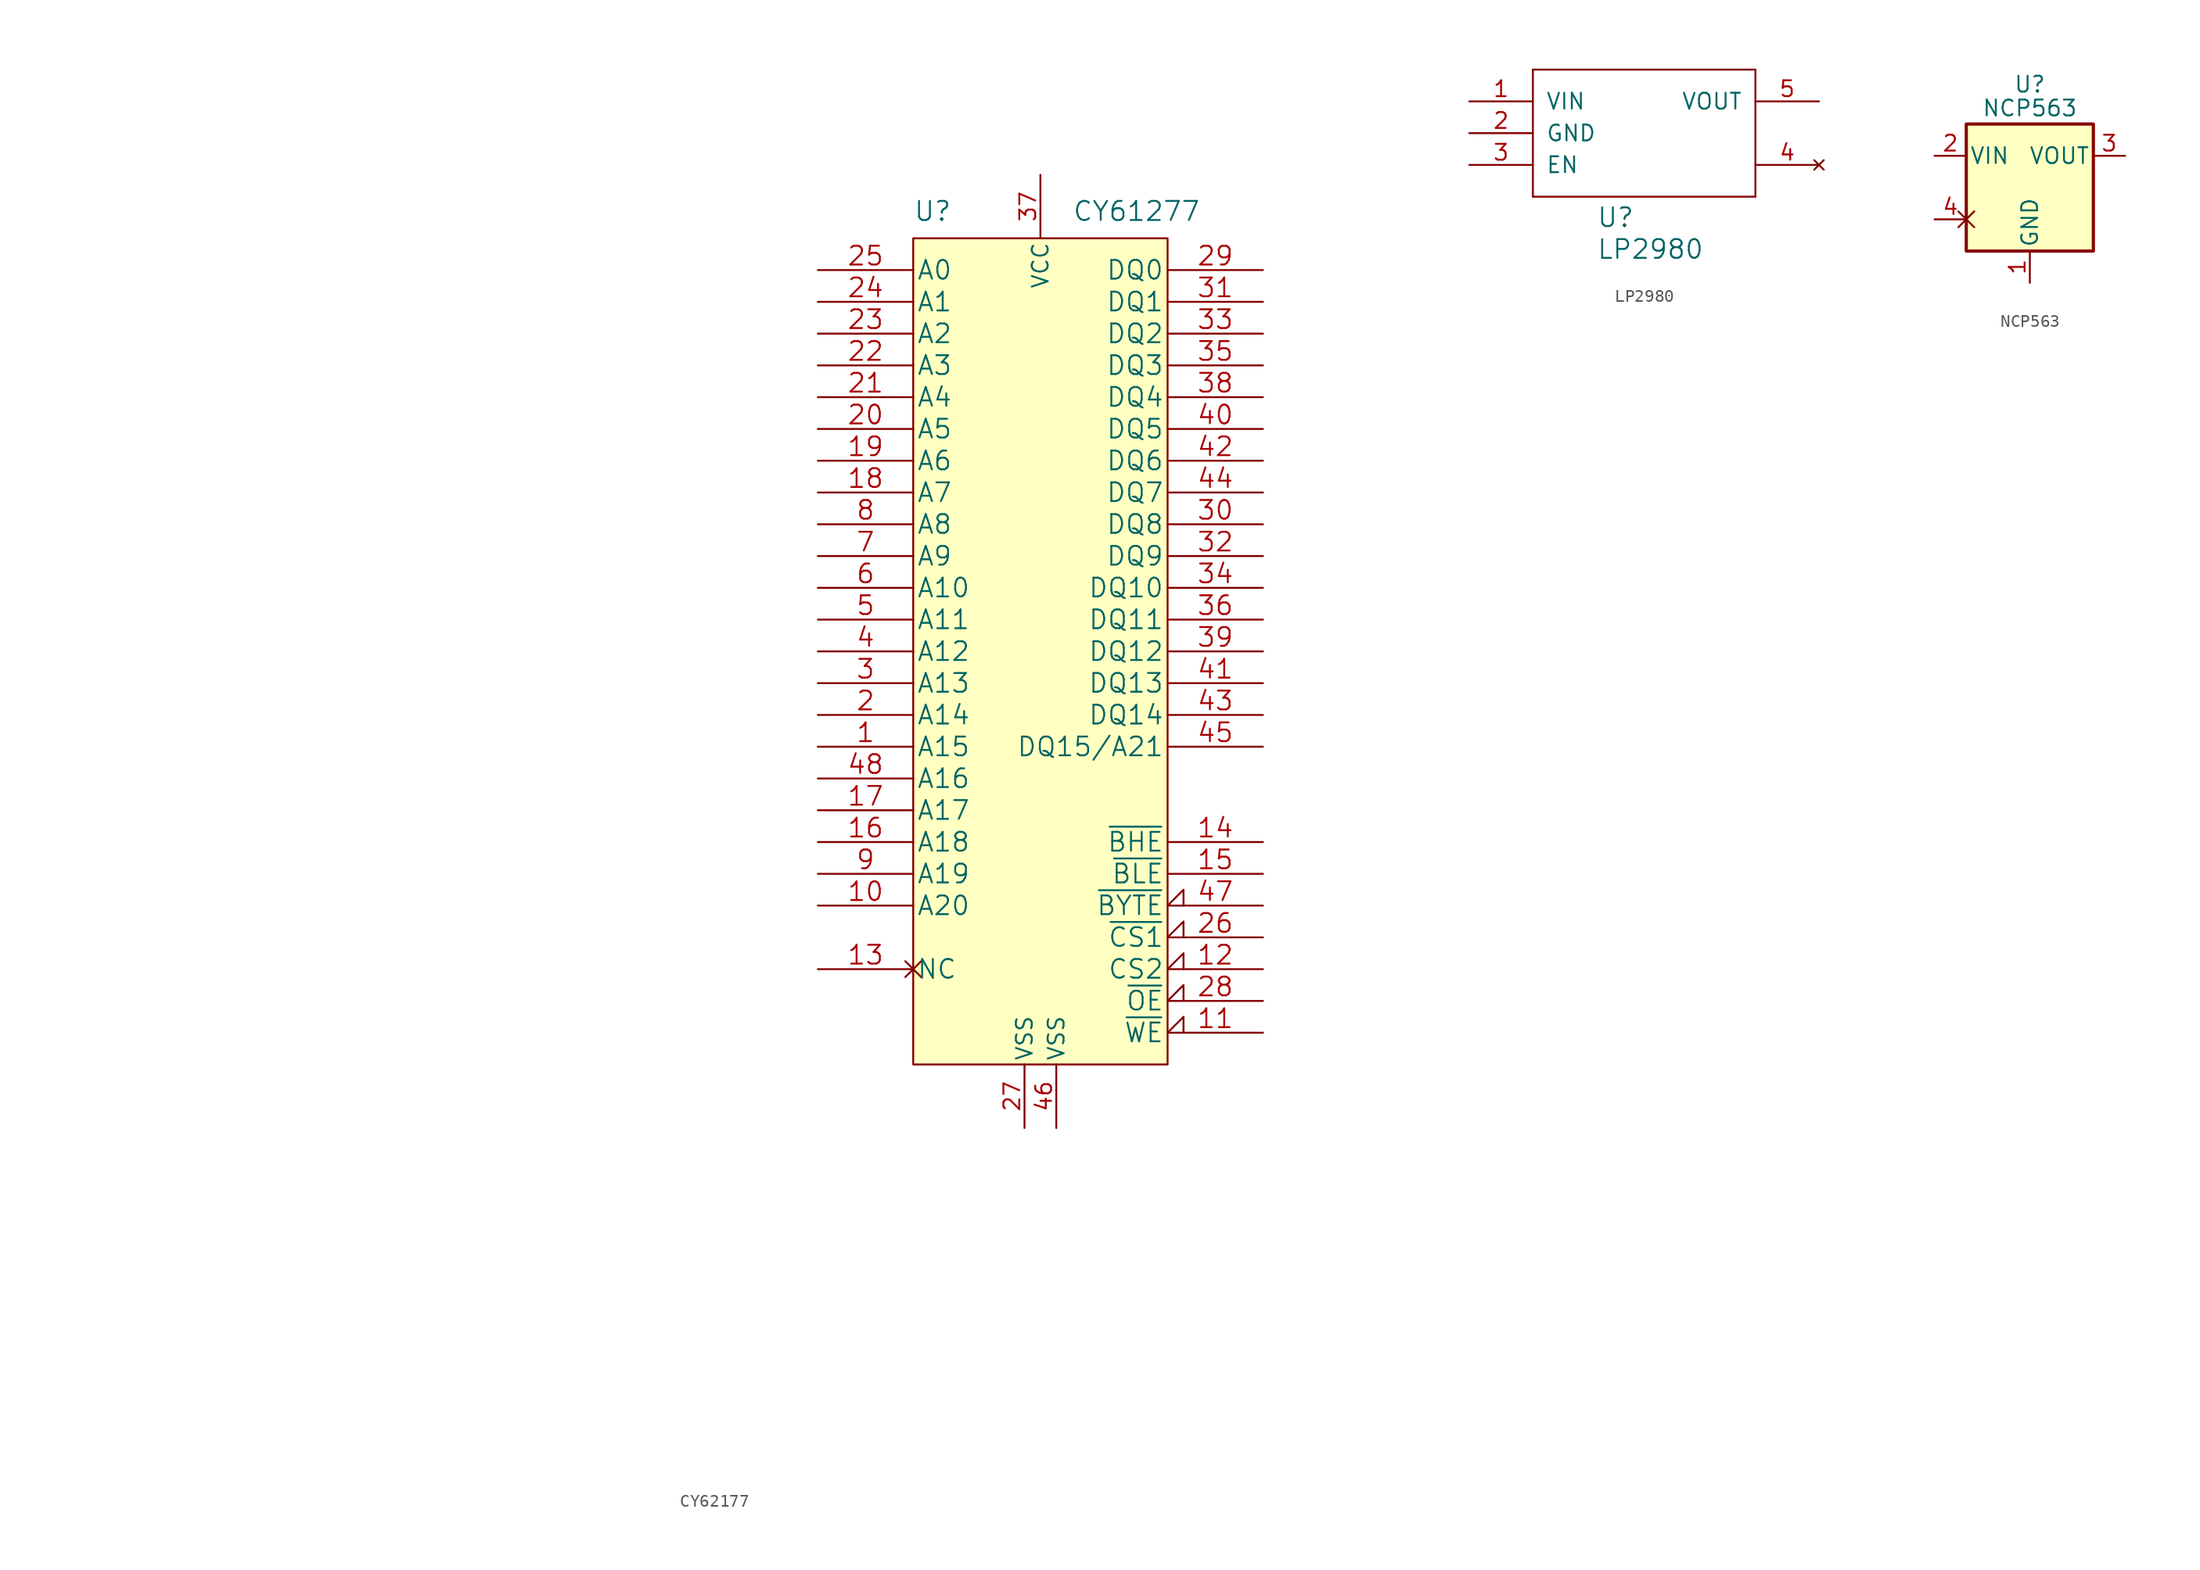
<source format=kicad_sym>
(kicad_symbol_lib
  (version 20231120)
  (generator "kicad_symbol_editor")
  (generator_version "8.0")
  (symbol "CY62177"
    (pin_names
      (offset 0.254))
    (property "Reference" "U"
      (at -10.16 34.29 0)
      (effects (font (size 1.524 1.524)) (justify left bottom)))
    (property "Value" "CY61277"
      (at 2.54 34.29 0)
      (effects (font (size 1.524 1.524)) (justify left bottom)))
    (property "Datasheet" ""
      (at -69.977 -57.023 0)
      (effects (font (size 1.524 1.524))))
    (symbol "CY62177_1_0"
      (pin power_in line (at -1.27 -38.1 90) (length 5.08) (name "VSS" (effects (font (size 1.27 1.27)))) (number "27" (effects (font (size 1.27 1.27)))))
      (pin power_in line (at 0 38.1 270) (length 5.08) (name "VCC" (effects (font (size 1.27 1.27)))) (number "37" (effects (font (size 1.27 1.27)))))
      (pin power_in line (at 1.27 -38.1 90) (length 5.08) (name "VSS" (effects (font (size 1.27 1.27)))) (number "46" (effects (font (size 1.27 1.27))))))
    (symbol "CY62177_1_1"
      (rectangle (start -10.16 33.02) (end 10.16 -33.02) (stroke (width 0) (type default)) (fill (type background)))
      (pin input line (at -17.78 -7.62 0) (length 7.62) (name "A15" (effects (font (size 1.499 1.499)))) (number "1" (effects (font (size 1.499 1.499)))))
      (pin input line (at -17.78 -20.32 0) (length 7.62) (name "A20" (effects (font (size 1.499 1.499)))) (number "10" (effects (font (size 1.499 1.499)))))
      (pin input input_low (at 17.78 -30.48 180) (length 7.62) (name "~{WE}" (effects (font (size 1.499 1.499)))) (number "11" (effects (font (size 1.499 1.499)))))
      (pin input input_low (at 17.78 -25.4 180) (length 7.62) (name "CS2" (effects (font (size 1.499 1.499)))) (number "12" (effects (font (size 1.499 1.499)))))
      (pin passive non_logic (at -17.78 -25.4 0) (length 7.62) (name "NC" (effects (font (size 1.499 1.499)))) (number "13" (effects (font (size 1.499 1.499)))))
      (pin input line (at 17.78 -15.24 180) (length 7.62) (name "~{BHE}" (effects (font (size 1.499 1.499)))) (number "14" (effects (font (size 1.499 1.499)))))
      (pin input line (at 17.78 -17.78 180) (length 7.62) (name "~{BLE}" (effects (font (size 1.499 1.499)))) (number "15" (effects (font (size 1.499 1.499)))))
      (pin input line (at -17.78 -15.24 0) (length 7.62) (name "A18" (effects (font (size 1.499 1.499)))) (number "16" (effects (font (size 1.499 1.499)))))
      (pin input line (at -17.78 -12.7 0) (length 7.62) (name "A17" (effects (font (size 1.499 1.499)))) (number "17" (effects (font (size 1.499 1.499)))))
      (pin input line (at -17.78 12.7 0) (length 7.62) (name "A7" (effects (font (size 1.499 1.499)))) (number "18" (effects (font (size 1.499 1.499)))))
      (pin input line (at -17.78 15.24 0) (length 7.62) (name "A6" (effects (font (size 1.499 1.499)))) (number "19" (effects (font (size 1.499 1.499)))))
      (pin input line (at -17.78 -5.08 0) (length 7.62) (name "A14" (effects (font (size 1.499 1.499)))) (number "2" (effects (font (size 1.499 1.499)))))
      (pin input line (at -17.78 17.78 0) (length 7.62) (name "A5" (effects (font (size 1.499 1.499)))) (number "20" (effects (font (size 1.499 1.499)))))
      (pin input line (at -17.78 20.32 0) (length 7.62) (name "A4" (effects (font (size 1.499 1.499)))) (number "21" (effects (font (size 1.499 1.499)))))
      (pin input line (at -17.78 22.86 0) (length 7.62) (name "A3" (effects (font (size 1.499 1.499)))) (number "22" (effects (font (size 1.499 1.499)))))
      (pin input line (at -17.78 25.4 0) (length 7.62) (name "A2" (effects (font (size 1.499 1.499)))) (number "23" (effects (font (size 1.499 1.499)))))
      (pin input line (at -17.78 27.94 0) (length 7.62) (name "A1" (effects (font (size 1.499 1.499)))) (number "24" (effects (font (size 1.499 1.499)))))
      (pin input line (at -17.78 30.48 0) (length 7.62) (name "A0" (effects (font (size 1.499 1.499)))) (number "25" (effects (font (size 1.499 1.499)))))
      (pin input input_low (at 17.78 -22.86 180) (length 7.62) (name "~{CS1}" (effects (font (size 1.499 1.499)))) (number "26" (effects (font (size 1.499 1.499)))))
      (pin input input_low (at 17.78 -27.94 180) (length 7.62) (name "~{OE}" (effects (font (size 1.499 1.499)))) (number "28" (effects (font (size 1.499 1.499)))))
      (pin bidirectional line (at 17.78 30.48 180) (length 7.62) (name "DQ0" (effects (font (size 1.499 1.499)))) (number "29" (effects (font (size 1.499 1.499)))))
      (pin input line (at -17.78 -2.54 0) (length 7.62) (name "A13" (effects (font (size 1.499 1.499)))) (number "3" (effects (font (size 1.499 1.499)))))
      (pin bidirectional line (at 17.78 10.16 180) (length 7.62) (name "DQ8" (effects (font (size 1.499 1.499)))) (number "30" (effects (font (size 1.499 1.499)))))
      (pin bidirectional line (at 17.78 27.94 180) (length 7.62) (name "DQ1" (effects (font (size 1.499 1.499)))) (number "31" (effects (font (size 1.499 1.499)))))
      (pin bidirectional line (at 17.78 7.62 180) (length 7.62) (name "DQ9" (effects (font (size 1.499 1.499)))) (number "32" (effects (font (size 1.499 1.499)))))
      (pin bidirectional line (at 17.78 25.4 180) (length 7.62) (name "DQ2" (effects (font (size 1.499 1.499)))) (number "33" (effects (font (size 1.499 1.499)))))
      (pin bidirectional line (at 17.78 5.08 180) (length 7.62) (name "DQ10" (effects (font (size 1.499 1.499)))) (number "34" (effects (font (size 1.499 1.499)))))
      (pin bidirectional line (at 17.78 22.86 180) (length 7.62) (name "DQ3" (effects (font (size 1.499 1.499)))) (number "35" (effects (font (size 1.499 1.499)))))
      (pin bidirectional line (at 17.78 2.54 180) (length 7.62) (name "DQ11" (effects (font (size 1.499 1.499)))) (number "36" (effects (font (size 1.499 1.499)))))
      (pin bidirectional line (at 17.78 20.32 180) (length 7.62) (name "DQ4" (effects (font (size 1.499 1.499)))) (number "38" (effects (font (size 1.499 1.499)))))
      (pin bidirectional line (at 17.78 0 180) (length 7.62) (name "DQ12" (effects (font (size 1.499 1.499)))) (number "39" (effects (font (size 1.499 1.499)))))
      (pin input line (at -17.78 0 0) (length 7.62) (name "A12" (effects (font (size 1.499 1.499)))) (number "4" (effects (font (size 1.499 1.499)))))
      (pin bidirectional line (at 17.78 17.78 180) (length 7.62) (name "DQ5" (effects (font (size 1.499 1.499)))) (number "40" (effects (font (size 1.499 1.499)))))
      (pin bidirectional line (at 17.78 -2.54 180) (length 7.62) (name "DQ13" (effects (font (size 1.499 1.499)))) (number "41" (effects (font (size 1.499 1.499)))))
      (pin bidirectional line (at 17.78 15.24 180) (length 7.62) (name "DQ6" (effects (font (size 1.499 1.499)))) (number "42" (effects (font (size 1.499 1.499)))))
      (pin bidirectional line (at 17.78 -5.08 180) (length 7.62) (name "DQ14" (effects (font (size 1.499 1.499)))) (number "43" (effects (font (size 1.499 1.499)))))
      (pin bidirectional line (at 17.78 12.7 180) (length 7.62) (name "DQ7" (effects (font (size 1.499 1.499)))) (number "44" (effects (font (size 1.499 1.499)))))
      (pin bidirectional line (at 17.78 -7.62 180) (length 7.62) (name "DQ15/A21" (effects (font (size 1.499 1.499)))) (number "45" (effects (font (size 1.499 1.499)))))
      (pin input input_low (at 17.78 -20.32 180) (length 7.62) (name "~{BYTE}" (effects (font (size 1.499 1.499)))) (number "47" (effects (font (size 1.499 1.499)))))
      (pin input line (at -17.78 -10.16 0) (length 7.62) (name "A16" (effects (font (size 1.499 1.499)))) (number "48" (effects (font (size 1.499 1.499)))))
      (pin input line (at -17.78 2.54 0) (length 7.62) (name "A11" (effects (font (size 1.499 1.499)))) (number "5" (effects (font (size 1.499 1.499)))))
      (pin input line (at -17.78 5.08 0) (length 7.62) (name "A10" (effects (font (size 1.499 1.499)))) (number "6" (effects (font (size 1.499 1.499)))))
      (pin input line (at -17.78 7.62 0) (length 7.62) (name "A9" (effects (font (size 1.499 1.499)))) (number "7" (effects (font (size 1.499 1.499)))))
      (pin input line (at -17.78 10.16 0) (length 7.62) (name "A8" (effects (font (size 1.499 1.499)))) (number "8" (effects (font (size 1.499 1.499)))))
      (pin input line (at -17.78 -17.78 0) (length 7.62) (name "A19" (effects (font (size 1.499 1.499)))) (number "9" (effects (font (size 1.499 1.499)))))))
  (symbol "LP2980"
    (pin_names
      (offset 1.016))
    (property "Reference" "U"
      (at -2.54 -7.62 0)
      (effects (font (size 1.499 1.499)) (justify left bottom)))
    (property "Value" "LP2980"
      (at -2.54 -10.16 0)
      (effects (font (size 1.499 1.499)) (justify left bottom)))
    (symbol "LP2980_1_0"
      (polyline (pts (xy -7.62 -5.08) (xy 10.16 -5.08)) (stroke (width 0) (type default)) (fill (type none)))
      (polyline (pts (xy -7.62 5.08) (xy -7.62 -5.08)) (stroke (width 0) (type default)) (fill (type none)))
      (polyline (pts (xy 10.16 -5.08) (xy 10.16 5.08)) (stroke (width 0) (type default)) (fill (type none)))
      (polyline (pts (xy 10.16 5.08) (xy -7.62 5.08)) (stroke (width 0) (type default)) (fill (type none)))
      (pin power_in line (at -12.7 2.54 0) (length 5.08) (name "VIN" (effects (font (size 1.27 1.27)))) (number "1" (effects (font (size 1.27 1.27)))))
      (pin power_in line (at -12.7 0 0) (length 5.08) (name "GND" (effects (font (size 1.27 1.27)))) (number "2" (effects (font (size 1.27 1.27)))))
      (pin input line (at -12.7 -2.54 0) (length 5.08) (name "EN" (effects (font (size 1.27 1.27)))) (number "3" (effects (font (size 1.27 1.27)))))
      (pin no_connect line (at 15.24 -2.54 180) (length 5.08) (name "~" (effects (font (size 1.27 1.27)))) (number "4" (effects (font (size 1.27 1.27)))))
      (pin power_out line (at 15.24 2.54 180) (length 5.08) (name "VOUT" (effects (font (size 1.27 1.27)))) (number "5" (effects (font (size 1.27 1.27)))))))
  (symbol "NCP563"
    (pin_names
      (offset 0.254))
    (property "Reference" "U"
      (at 0 8.255 0)
      (effects (font (size 1.27 1.27))))
    (property "Value" "NCP563"
      (at 0 6.35 0)
      (effects (font (size 1.27 1.27))))
    (symbol "NCP563_0_1"
      (rectangle (start -5.08 5.08) (end 5.08 -5.08) (stroke (width 0.254) (type default)) (fill (type background))))
    (symbol "NCP563_1_1"
      (pin power_in line (at 0 -7.62 90) (length 2.54) (name "GND" (effects (font (size 1.27 1.27)))) (number "1" (effects (font (size 1.27 1.27)))))
      (pin power_in line (at -7.62 2.54 0) (length 2.54) (name "VIN" (effects (font (size 1.27 1.27)))) (number "2" (effects (font (size 1.27 1.27)))))
      (pin power_out line (at 7.62 2.54 180) (length 2.54) (name "VOUT" (effects (font (size 1.27 1.27)))) (number "3" (effects (font (size 1.27 1.27)))))
      (pin passive non_logic (at -7.62 -2.54 0) (length 2.54) (name "" (effects (font (size 1.27 1.27)))) (number "4" (effects (font (size 1.27 1.27))))))))
</source>
